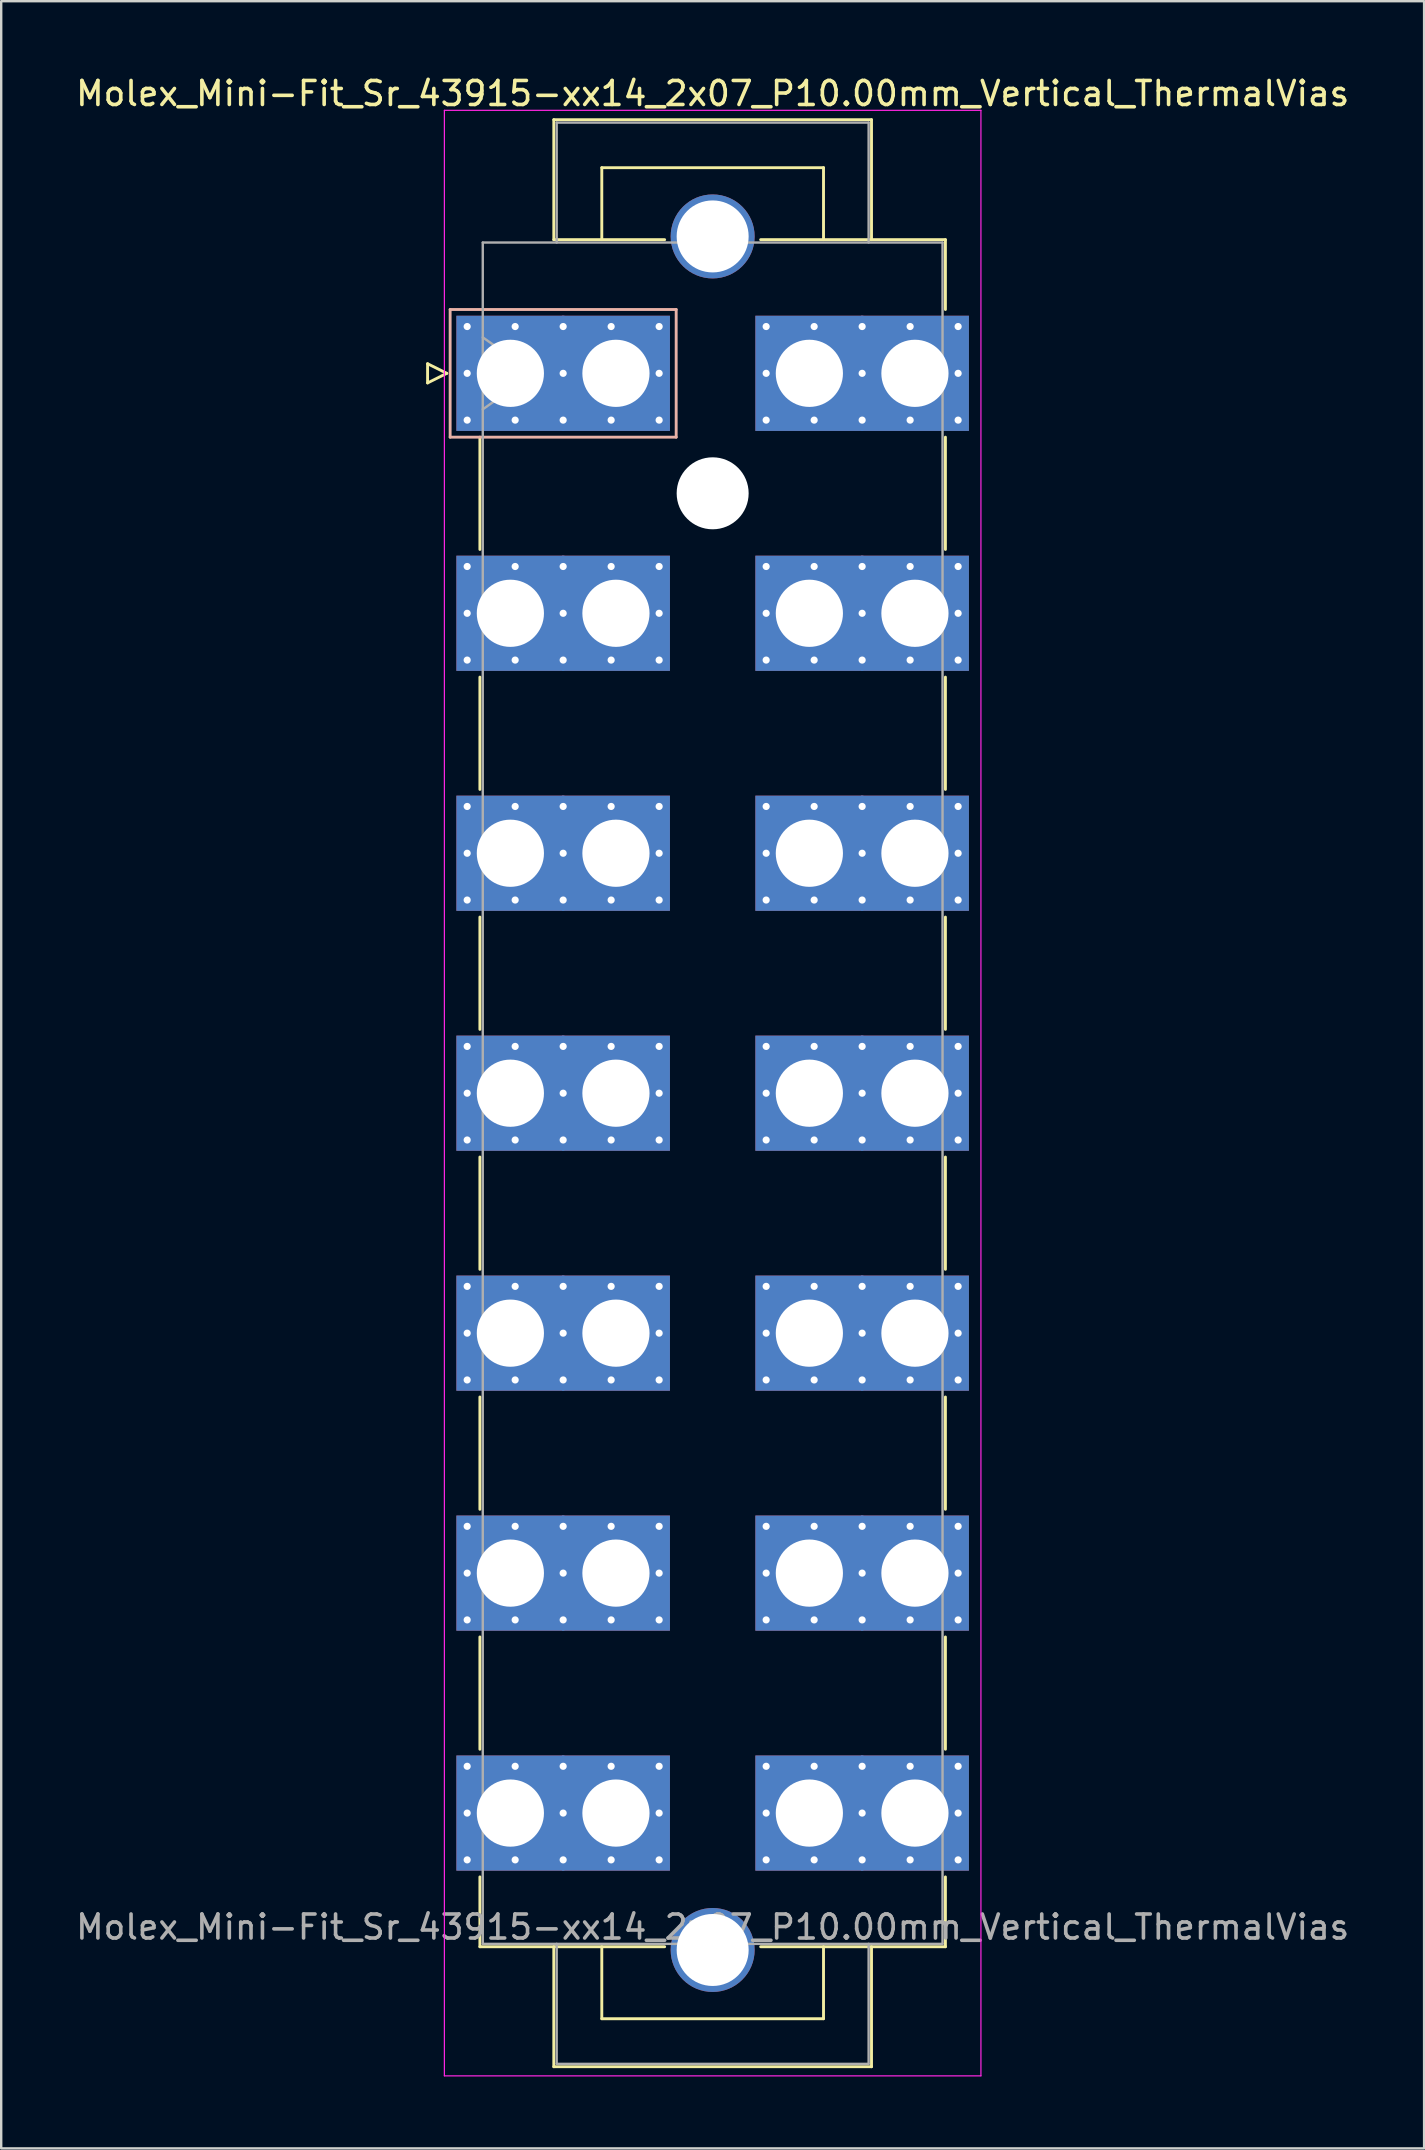
<source format=kicad_pcb>
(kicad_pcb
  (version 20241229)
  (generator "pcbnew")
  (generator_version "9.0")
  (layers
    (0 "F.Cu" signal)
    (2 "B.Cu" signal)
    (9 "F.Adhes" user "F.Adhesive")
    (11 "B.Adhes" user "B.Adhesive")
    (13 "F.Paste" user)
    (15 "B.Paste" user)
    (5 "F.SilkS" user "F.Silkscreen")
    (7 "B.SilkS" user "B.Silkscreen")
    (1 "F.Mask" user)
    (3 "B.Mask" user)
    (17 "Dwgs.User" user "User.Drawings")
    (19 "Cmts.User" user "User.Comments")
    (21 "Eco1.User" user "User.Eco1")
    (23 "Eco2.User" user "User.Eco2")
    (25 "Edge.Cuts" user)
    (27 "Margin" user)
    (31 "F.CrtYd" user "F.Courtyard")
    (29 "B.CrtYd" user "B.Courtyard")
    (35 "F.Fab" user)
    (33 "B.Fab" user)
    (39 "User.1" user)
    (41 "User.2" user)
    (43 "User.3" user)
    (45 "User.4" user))
  (footprint "Molex_Mini-Fit_Sr_43915-xx14_2x07_P10.00mm_Vertical_ThermalVias"
    (layer "F.Cu")
    (at 18.219 12.508)
    (property "Reference" "Molex_Mini-Fit_Sr_43915-xx14_2x07_P10.00mm_Vertical_ThermalVias" (at 8.43 -11.66 0) (layer "F.SilkS") (effects (font (size 1 1) (thickness 0.15))))
    (attr through_hole)
    (fp_line (start -3.45 -0.4) (end -3.45 0.4) (stroke (width 0.12) (type solid)) (layer "F.SilkS"))
    (fp_line (start -3.45 0.4) (end -2.65 0) (stroke (width 0.12) (type solid)) (layer "F.SilkS"))
    (fp_line (start -2.65 0) (end -3.45 -0.4) (stroke (width 0.12) (type solid)) (layer "F.SilkS"))
    (fp_line (start -1.27 2.66) (end -1.27 7.34) (stroke (width 0.12) (type solid)) (layer "F.SilkS"))
    (fp_line (start -1.27 12.66) (end -1.27 17.34) (stroke (width 0.12) (type solid)) (layer "F.SilkS"))
    (fp_line (start -1.27 22.66) (end -1.27 27.34) (stroke (width 0.12) (type solid)) (layer "F.SilkS"))
    (fp_line (start -1.27 32.66) (end -1.27 37.34) (stroke (width 0.12) (type solid)) (layer "F.SilkS"))
    (fp_line (start -1.27 42.66) (end -1.27 47.34) (stroke (width 0.12) (type solid)) (layer "F.SilkS"))
    (fp_line (start -1.27 52.66) (end -1.27 57.34) (stroke (width 0.12) (type solid)) (layer "F.SilkS"))
    (fp_line (start -1.27 62.66) (end -1.27 65.57) (stroke (width 0.12) (type solid)) (layer "F.SilkS"))
    (fp_line (start -1.27 65.57) (end 6.43 65.57) (stroke (width 0.12) (type solid)) (layer "F.SilkS"))
    (fp_line (start 1.81 -10.57) (end 15.05 -10.57) (stroke (width 0.12) (type solid)) (layer "F.SilkS"))
    (fp_line (start 1.81 -5.57) (end 1.81 -10.57) (stroke (width 0.12) (type solid)) (layer "F.SilkS"))
    (fp_line (start 1.81 65.57) (end 1.81 70.57) (stroke (width 0.12) (type solid)) (layer "F.SilkS"))
    (fp_line (start 1.81 70.57) (end 15.05 70.57) (stroke (width 0.12) (type solid)) (layer "F.SilkS"))
    (fp_line (start 3.81 -8.57) (end 13.05 -8.57) (stroke (width 0.12) (type solid)) (layer "F.SilkS"))
    (fp_line (start 3.81 -5.57) (end 3.81 -8.57) (stroke (width 0.12) (type solid)) (layer "F.SilkS"))
    (fp_line (start 3.81 65.57) (end 3.81 68.57) (stroke (width 0.12) (type solid)) (layer "F.SilkS"))
    (fp_line (start 3.81 68.57) (end 13.05 68.57) (stroke (width 0.12) (type solid)) (layer "F.SilkS"))
    (fp_line (start 6.43 -5.57) (end 1.81 -5.57) (stroke (width 0.12) (type solid)) (layer "F.SilkS"))
    (fp_line (start 13.05 -8.57) (end 13.05 -5.57) (stroke (width 0.12) (type solid)) (layer "F.SilkS"))
    (fp_line (start 13.05 68.57) (end 13.05 65.57) (stroke (width 0.12) (type solid)) (layer "F.SilkS"))
    (fp_line (start 15.05 -10.57) (end 15.05 -5.57) (stroke (width 0.12) (type solid)) (layer "F.SilkS"))
    (fp_line (start 15.05 70.57) (end 15.05 65.57) (stroke (width 0.12) (type solid)) (layer "F.SilkS"))
    (fp_line (start 18.13 -5.57) (end 10.43 -5.57) (stroke (width 0.12) (type solid)) (layer "F.SilkS"))
    (fp_line (start 18.13 -2.66) (end 18.13 -5.57) (stroke (width 0.12) (type solid)) (layer "F.SilkS"))
    (fp_line (start 18.13 2.66) (end 18.13 7.34) (stroke (width 0.12) (type solid)) (layer "F.SilkS"))
    (fp_line (start 18.13 12.66) (end 18.13 17.34) (stroke (width 0.12) (type solid)) (layer "F.SilkS"))
    (fp_line (start 18.13 22.66) (end 18.13 27.34) (stroke (width 0.12) (type solid)) (layer "F.SilkS"))
    (fp_line (start 18.13 32.66) (end 18.13 37.34) (stroke (width 0.12) (type solid)) (layer "F.SilkS"))
    (fp_line (start 18.13 42.66) (end 18.13 47.34) (stroke (width 0.12) (type solid)) (layer "F.SilkS"))
    (fp_line (start 18.13 52.66) (end 18.13 57.34) (stroke (width 0.12) (type solid)) (layer "F.SilkS"))
    (fp_line (start 18.13 62.66) (end 18.13 65.57) (stroke (width 0.12) (type solid)) (layer "F.SilkS"))
    (fp_line (start 18.13 65.57) (end 10.43 65.57) (stroke (width 0.12) (type solid)) (layer "F.SilkS"))
    (fp_line (start -2.51 -2.66) (end -2.51 2.66) (stroke (width 0.12) (type solid)) (layer "B.SilkS"))
    (fp_line (start -2.51 2.66) (end 6.91 2.66) (stroke (width 0.12) (type solid)) (layer "B.SilkS"))
    (fp_line (start 6.91 -2.66) (end -2.51 -2.66) (stroke (width 0.12) (type solid)) (layer "B.SilkS"))
    (fp_line (start 6.91 2.66) (end 6.91 -2.66) (stroke (width 0.12) (type solid)) (layer "B.SilkS"))
    (fp_line (start -2.75 -10.96) (end -2.75 70.95) (stroke (width 0.05) (type solid)) (layer "F.CrtYd"))
    (fp_line (start -2.75 70.95) (end 19.61 70.95) (stroke (width 0.05) (type solid)) (layer "F.CrtYd"))
    (fp_line (start 19.61 -10.96) (end -2.75 -10.96) (stroke (width 0.05) (type solid)) (layer "F.CrtYd"))
    (fp_line (start 19.61 70.95) (end 19.61 -10.96) (stroke (width 0.05) (type solid)) (layer "F.CrtYd"))
    (fp_line (start -1.15 -5.45) (end -1.15 65.45) (stroke (width 0.1) (type solid)) (layer "F.Fab"))
    (fp_line (start -1.15 -1.5) (end 0.971 0) (stroke (width 0.1) (type solid)) (layer "F.Fab"))
    (fp_line (start -1.15 65.45) (end 18.01 65.45) (stroke (width 0.1) (type solid)) (layer "F.Fab"))
    (fp_line (start 0.971 0) (end -1.15 1.5) (stroke (width 0.1) (type solid)) (layer "F.Fab"))
    (fp_line (start 1.93 -10.45) (end 14.93 -10.45) (stroke (width 0.1) (type solid)) (layer "F.Fab"))
    (fp_line (start 1.93 -5.45) (end 1.93 -10.45) (stroke (width 0.1) (type solid)) (layer "F.Fab"))
    (fp_line (start 1.93 65.45) (end 1.93 70.45) (stroke (width 0.1) (type solid)) (layer "F.Fab"))
    (fp_line (start 1.93 70.45) (end 14.93 70.45) (stroke (width 0.1) (type solid)) (layer "F.Fab"))
    (fp_line (start 14.93 -10.45) (end 14.93 -5.45) (stroke (width 0.1) (type solid)) (layer "F.Fab"))
    (fp_line (start 14.93 70.45) (end 14.93 65.45) (stroke (width 0.1) (type solid)) (layer "F.Fab"))
    (fp_line (start 18.01 -5.45) (end -1.15 -5.45) (stroke (width 0.1) (type solid)) (layer "F.Fab"))
    (fp_line (start 18.01 65.45) (end 18.01 -5.45) (stroke (width 0.1) (type solid)) (layer "F.Fab"))
    (fp_text user "${REFERENCE}" (at 8.43 64.75 0) (layer "F.Fab") (effects (font (size 1 1) (thickness 0.15))))
    (pad "" thru_hole circle (at 8.43 -5.705) (size 3.5 3.5) (drill 3) (layers "*.Cu" "*.Mask"))
    (pad "" np_thru_hole circle (at 8.43 5) (size 3 3) (drill 3) (layers "*.Cu" "*.Mask"))
    (pad "" thru_hole circle (at 8.43 65.705) (size 3.5 3.5) (drill 3) (layers "*.Cu" "*.Mask"))
    (pad "1" thru_hole roundrect (at -1.8 -1.95) (size 0.6 0.6) (drill 0.3) (layers "*.Cu" "*.Mask") (roundrect_rratio 0.25))
    (pad "1" thru_hole roundrect (at -1.8 0) (size 0.6 0.6) (drill 0.3) (layers "*.Cu" "*.Mask") (roundrect_rratio 0.25))
    (pad "1" thru_hole roundrect (at -1.8 1.95) (size 0.6 0.6) (drill 0.3) (layers "*.Cu" "*.Mask") (roundrect_rratio 0.25))
    (pad "1" thru_hole rect (at 0 0) (size 4.5 4.8) (drill 2.8) (layers "*.Cu" "*.Mask"))
    (pad "1" thru_hole roundrect (at 0.2 -1.95) (size 0.6 0.6) (drill 0.3) (layers "*.Cu" "*.Mask") (roundrect_rratio 0.25))
    (pad "1" thru_hole roundrect (at 0.2 1.95) (size 0.6 0.6) (drill 0.3) (layers "*.Cu" "*.Mask") (roundrect_rratio 0.25))
    (pad "1" thru_hole roundrect (at 2.2 -1.95) (size 0.6 0.6) (drill 0.3) (layers "*.Cu" "*.Mask") (roundrect_rratio 0.25))
    (pad "1" thru_hole roundrect (at 2.2 0) (size 0.6 0.6) (drill 0.3) (layers "*.Cu" "*.Mask") (roundrect_rratio 0.25))
    (pad "1" thru_hole roundrect (at 2.2 1.95) (size 0.6 0.6) (drill 0.3) (layers "*.Cu" "*.Mask") (roundrect_rratio 0.25))
    (pad "1" thru_hole roundrect (at 4.2 -1.95) (size 0.6 0.6) (drill 0.3) (layers "*.Cu" "*.Mask") (roundrect_rratio 0.25))
    (pad "1" thru_hole roundrect (at 4.2 1.95) (size 0.6 0.6) (drill 0.3) (layers "*.Cu" "*.Mask") (roundrect_rratio 0.25))
    (pad "1" thru_hole rect (at 4.4 0) (size 4.5 4.8) (drill 2.8) (layers "*.Cu" "*.Mask"))
    (pad "1" thru_hole roundrect (at 6.2 -1.95) (size 0.6 0.6) (drill 0.3) (layers "*.Cu" "*.Mask") (roundrect_rratio 0.25))
    (pad "1" thru_hole roundrect (at 6.2 0) (size 0.6 0.6) (drill 0.3) (layers "*.Cu" "*.Mask") (roundrect_rratio 0.25))
    (pad "1" thru_hole roundrect (at 6.2 1.95) (size 0.6 0.6) (drill 0.3) (layers "*.Cu" "*.Mask") (roundrect_rratio 0.25))
    (pad "2" thru_hole circle (at -1.8 8.05) (size 0.6 0.6) (drill 0.3) (layers "*.Cu" "*.Mask"))
    (pad "2" thru_hole circle (at -1.8 10) (size 0.6 0.6) (drill 0.3) (layers "*.Cu" "*.Mask"))
    (pad "2" thru_hole circle (at -1.8 11.95) (size 0.6 0.6) (drill 0.3) (layers "*.Cu" "*.Mask"))
    (pad "2" thru_hole rect (at 0 10) (size 4.5 4.8) (drill 2.8) (layers "*.Cu" "*.Mask"))
    (pad "2" thru_hole circle (at 0.2 8.05) (size 0.6 0.6) (drill 0.3) (layers "*.Cu" "*.Mask"))
    (pad "2" thru_hole circle (at 0.2 11.95) (size 0.6 0.6) (drill 0.3) (layers "*.Cu" "*.Mask"))
    (pad "2" thru_hole circle (at 2.2 8.05) (size 0.6 0.6) (drill 0.3) (layers "*.Cu" "*.Mask"))
    (pad "2" thru_hole circle (at 2.2 10) (size 0.6 0.6) (drill 0.3) (layers "*.Cu" "*.Mask"))
    (pad "2" thru_hole circle (at 2.2 11.95) (size 0.6 0.6) (drill 0.3) (layers "*.Cu" "*.Mask"))
    (pad "2" thru_hole circle (at 4.2 8.05) (size 0.6 0.6) (drill 0.3) (layers "*.Cu" "*.Mask"))
    (pad "2" thru_hole circle (at 4.2 11.95) (size 0.6 0.6) (drill 0.3) (layers "*.Cu" "*.Mask"))
    (pad "2" thru_hole rect (at 4.4 10) (size 4.5 4.8) (drill 2.8) (layers "*.Cu" "*.Mask"))
    (pad "2" thru_hole circle (at 6.2 8.05) (size 0.6 0.6) (drill 0.3) (layers "*.Cu" "*.Mask"))
    (pad "2" thru_hole circle (at 6.2 10) (size 0.6 0.6) (drill 0.3) (layers "*.Cu" "*.Mask"))
    (pad "2" thru_hole circle (at 6.2 11.95) (size 0.6 0.6) (drill 0.3) (layers "*.Cu" "*.Mask"))
    (pad "3" thru_hole circle (at -1.8 18.05) (size 0.6 0.6) (drill 0.3) (layers "*.Cu" "*.Mask"))
    (pad "3" thru_hole circle (at -1.8 20) (size 0.6 0.6) (drill 0.3) (layers "*.Cu" "*.Mask"))
    (pad "3" thru_hole circle (at -1.8 21.95) (size 0.6 0.6) (drill 0.3) (layers "*.Cu" "*.Mask"))
    (pad "3" thru_hole rect (at 0 20) (size 4.5 4.8) (drill 2.8) (layers "*.Cu" "*.Mask"))
    (pad "3" thru_hole circle (at 0.2 18.05) (size 0.6 0.6) (drill 0.3) (layers "*.Cu" "*.Mask"))
    (pad "3" thru_hole circle (at 0.2 21.95) (size 0.6 0.6) (drill 0.3) (layers "*.Cu" "*.Mask"))
    (pad "3" thru_hole circle (at 2.2 18.05) (size 0.6 0.6) (drill 0.3) (layers "*.Cu" "*.Mask"))
    (pad "3" thru_hole circle (at 2.2 20) (size 0.6 0.6) (drill 0.3) (layers "*.Cu" "*.Mask"))
    (pad "3" thru_hole circle (at 2.2 21.95) (size 0.6 0.6) (drill 0.3) (layers "*.Cu" "*.Mask"))
    (pad "3" thru_hole circle (at 4.2 18.05) (size 0.6 0.6) (drill 0.3) (layers "*.Cu" "*.Mask"))
    (pad "3" thru_hole circle (at 4.2 21.95) (size 0.6 0.6) (drill 0.3) (layers "*.Cu" "*.Mask"))
    (pad "3" thru_hole rect (at 4.4 20) (size 4.5 4.8) (drill 2.8) (layers "*.Cu" "*.Mask"))
    (pad "3" thru_hole circle (at 6.2 18.05) (size 0.6 0.6) (drill 0.3) (layers "*.Cu" "*.Mask"))
    (pad "3" thru_hole circle (at 6.2 20) (size 0.6 0.6) (drill 0.3) (layers "*.Cu" "*.Mask"))
    (pad "3" thru_hole circle (at 6.2 21.95) (size 0.6 0.6) (drill 0.3) (layers "*.Cu" "*.Mask"))
    (pad "4" thru_hole circle (at -1.8 28.05) (size 0.6 0.6) (drill 0.3) (layers "*.Cu" "*.Mask"))
    (pad "4" thru_hole circle (at -1.8 30) (size 0.6 0.6) (drill 0.3) (layers "*.Cu" "*.Mask"))
    (pad "4" thru_hole circle (at -1.8 31.95) (size 0.6 0.6) (drill 0.3) (layers "*.Cu" "*.Mask"))
    (pad "4" thru_hole rect (at 0 30) (size 4.5 4.8) (drill 2.8) (layers "*.Cu" "*.Mask"))
    (pad "4" thru_hole circle (at 0.2 28.05) (size 0.6 0.6) (drill 0.3) (layers "*.Cu" "*.Mask"))
    (pad "4" thru_hole circle (at 0.2 31.95) (size 0.6 0.6) (drill 0.3) (layers "*.Cu" "*.Mask"))
    (pad "4" thru_hole circle (at 2.2 28.05) (size 0.6 0.6) (drill 0.3) (layers "*.Cu" "*.Mask"))
    (pad "4" thru_hole circle (at 2.2 30) (size 0.6 0.6) (drill 0.3) (layers "*.Cu" "*.Mask"))
    (pad "4" thru_hole circle (at 2.2 31.95) (size 0.6 0.6) (drill 0.3) (layers "*.Cu" "*.Mask"))
    (pad "4" thru_hole circle (at 4.2 28.05) (size 0.6 0.6) (drill 0.3) (layers "*.Cu" "*.Mask"))
    (pad "4" thru_hole circle (at 4.2 31.95) (size 0.6 0.6) (drill 0.3) (layers "*.Cu" "*.Mask"))
    (pad "4" thru_hole rect (at 4.4 30) (size 4.5 4.8) (drill 2.8) (layers "*.Cu" "*.Mask"))
    (pad "4" thru_hole circle (at 6.2 28.05) (size 0.6 0.6) (drill 0.3) (layers "*.Cu" "*.Mask"))
    (pad "4" thru_hole circle (at 6.2 30) (size 0.6 0.6) (drill 0.3) (layers "*.Cu" "*.Mask"))
    (pad "4" thru_hole circle (at 6.2 31.95) (size 0.6 0.6) (drill 0.3) (layers "*.Cu" "*.Mask"))
    (pad "5" thru_hole circle (at -1.8 38.05) (size 0.6 0.6) (drill 0.3) (layers "*.Cu" "*.Mask"))
    (pad "5" thru_hole circle (at -1.8 40) (size 0.6 0.6) (drill 0.3) (layers "*.Cu" "*.Mask"))
    (pad "5" thru_hole circle (at -1.8 41.95) (size 0.6 0.6) (drill 0.3) (layers "*.Cu" "*.Mask"))
    (pad "5" thru_hole rect (at 0 40) (size 4.5 4.8) (drill 2.8) (layers "*.Cu" "*.Mask"))
    (pad "5" thru_hole circle (at 0.2 38.05) (size 0.6 0.6) (drill 0.3) (layers "*.Cu" "*.Mask"))
    (pad "5" thru_hole circle (at 0.2 41.95) (size 0.6 0.6) (drill 0.3) (layers "*.Cu" "*.Mask"))
    (pad "5" thru_hole circle (at 2.2 38.05) (size 0.6 0.6) (drill 0.3) (layers "*.Cu" "*.Mask"))
    (pad "5" thru_hole circle (at 2.2 40) (size 0.6 0.6) (drill 0.3) (layers "*.Cu" "*.Mask"))
    (pad "5" thru_hole circle (at 2.2 41.95) (size 0.6 0.6) (drill 0.3) (layers "*.Cu" "*.Mask"))
    (pad "5" thru_hole circle (at 4.2 38.05) (size 0.6 0.6) (drill 0.3) (layers "*.Cu" "*.Mask"))
    (pad "5" thru_hole circle (at 4.2 41.95) (size 0.6 0.6) (drill 0.3) (layers "*.Cu" "*.Mask"))
    (pad "5" thru_hole rect (at 4.4 40) (size 4.5 4.8) (drill 2.8) (layers "*.Cu" "*.Mask"))
    (pad "5" thru_hole circle (at 6.2 38.05) (size 0.6 0.6) (drill 0.3) (layers "*.Cu" "*.Mask"))
    (pad "5" thru_hole circle (at 6.2 40) (size 0.6 0.6) (drill 0.3) (layers "*.Cu" "*.Mask"))
    (pad "5" thru_hole circle (at 6.2 41.95) (size 0.6 0.6) (drill 0.3) (layers "*.Cu" "*.Mask"))
    (pad "6" thru_hole circle (at -1.8 48.05) (size 0.6 0.6) (drill 0.3) (layers "*.Cu" "*.Mask"))
    (pad "6" thru_hole circle (at -1.8 50) (size 0.6 0.6) (drill 0.3) (layers "*.Cu" "*.Mask"))
    (pad "6" thru_hole circle (at -1.8 51.95) (size 0.6 0.6) (drill 0.3) (layers "*.Cu" "*.Mask"))
    (pad "6" thru_hole rect (at 0 50) (size 4.5 4.8) (drill 2.8) (layers "*.Cu" "*.Mask"))
    (pad "6" thru_hole circle (at 0.2 48.05) (size 0.6 0.6) (drill 0.3) (layers "*.Cu" "*.Mask"))
    (pad "6" thru_hole circle (at 0.2 51.95) (size 0.6 0.6) (drill 0.3) (layers "*.Cu" "*.Mask"))
    (pad "6" thru_hole circle (at 2.2 48.05) (size 0.6 0.6) (drill 0.3) (layers "*.Cu" "*.Mask"))
    (pad "6" thru_hole circle (at 2.2 50) (size 0.6 0.6) (drill 0.3) (layers "*.Cu" "*.Mask"))
    (pad "6" thru_hole circle (at 2.2 51.95) (size 0.6 0.6) (drill 0.3) (layers "*.Cu" "*.Mask"))
    (pad "6" thru_hole circle (at 4.2 48.05) (size 0.6 0.6) (drill 0.3) (layers "*.Cu" "*.Mask"))
    (pad "6" thru_hole circle (at 4.2 51.95) (size 0.6 0.6) (drill 0.3) (layers "*.Cu" "*.Mask"))
    (pad "6" thru_hole rect (at 4.4 50) (size 4.5 4.8) (drill 2.8) (layers "*.Cu" "*.Mask"))
    (pad "6" thru_hole circle (at 6.2 48.05) (size 0.6 0.6) (drill 0.3) (layers "*.Cu" "*.Mask"))
    (pad "6" thru_hole circle (at 6.2 50) (size 0.6 0.6) (drill 0.3) (layers "*.Cu" "*.Mask"))
    (pad "6" thru_hole circle (at 6.2 51.95) (size 0.6 0.6) (drill 0.3) (layers "*.Cu" "*.Mask"))
    (pad "7" thru_hole circle (at -1.8 58.05) (size 0.6 0.6) (drill 0.3) (layers "*.Cu" "*.Mask"))
    (pad "7" thru_hole circle (at -1.8 60) (size 0.6 0.6) (drill 0.3) (layers "*.Cu" "*.Mask"))
    (pad "7" thru_hole circle (at -1.8 61.95) (size 0.6 0.6) (drill 0.3) (layers "*.Cu" "*.Mask"))
    (pad "7" thru_hole rect (at 0 60) (size 4.5 4.8) (drill 2.8) (layers "*.Cu" "*.Mask"))
    (pad "7" thru_hole circle (at 0.2 58.05) (size 0.6 0.6) (drill 0.3) (layers "*.Cu" "*.Mask"))
    (pad "7" thru_hole circle (at 0.2 61.95) (size 0.6 0.6) (drill 0.3) (layers "*.Cu" "*.Mask"))
    (pad "7" thru_hole circle (at 2.2 58.05) (size 0.6 0.6) (drill 0.3) (layers "*.Cu" "*.Mask"))
    (pad "7" thru_hole circle (at 2.2 60) (size 0.6 0.6) (drill 0.3) (layers "*.Cu" "*.Mask"))
    (pad "7" thru_hole circle (at 2.2 61.95) (size 0.6 0.6) (drill 0.3) (layers "*.Cu" "*.Mask"))
    (pad "7" thru_hole circle (at 4.2 58.05) (size 0.6 0.6) (drill 0.3) (layers "*.Cu" "*.Mask"))
    (pad "7" thru_hole circle (at 4.2 61.95) (size 0.6 0.6) (drill 0.3) (layers "*.Cu" "*.Mask"))
    (pad "7" thru_hole rect (at 4.4 60) (size 4.5 4.8) (drill 2.8) (layers "*.Cu" "*.Mask"))
    (pad "7" thru_hole circle (at 6.2 58.05) (size 0.6 0.6) (drill 0.3) (layers "*.Cu" "*.Mask"))
    (pad "7" thru_hole circle (at 6.2 60) (size 0.6 0.6) (drill 0.3) (layers "*.Cu" "*.Mask"))
    (pad "7" thru_hole circle (at 6.2 61.95) (size 0.6 0.6) (drill 0.3) (layers "*.Cu" "*.Mask"))
    (pad "8" thru_hole circle (at 10.66 -1.95) (size 0.6 0.6) (drill 0.3) (layers "*.Cu" "*.Mask"))
    (pad "8" thru_hole circle (at 10.66 0) (size 0.6 0.6) (drill 0.3) (layers "*.Cu" "*.Mask"))
    (pad "8" thru_hole circle (at 10.66 1.95) (size 0.6 0.6) (drill 0.3) (layers "*.Cu" "*.Mask"))
    (pad "8" thru_hole rect (at 12.46 0) (size 4.5 4.8) (drill 2.8) (layers "*.Cu" "*.Mask"))
    (pad "8" thru_hole circle (at 12.66 -1.95) (size 0.6 0.6) (drill 0.3) (layers "*.Cu" "*.Mask"))
    (pad "8" thru_hole circle (at 12.66 1.95) (size 0.6 0.6) (drill 0.3) (layers "*.Cu" "*.Mask"))
    (pad "8" thru_hole circle (at 14.66 -1.95) (size 0.6 0.6) (drill 0.3) (layers "*.Cu" "*.Mask"))
    (pad "8" thru_hole circle (at 14.66 0) (size 0.6 0.6) (drill 0.3) (layers "*.Cu" "*.Mask"))
    (pad "8" thru_hole circle (at 14.66 1.95) (size 0.6 0.6) (drill 0.3) (layers "*.Cu" "*.Mask"))
    (pad "8" thru_hole circle (at 16.66 -1.95) (size 0.6 0.6) (drill 0.3) (layers "*.Cu" "*.Mask"))
    (pad "8" thru_hole circle (at 16.66 1.95) (size 0.6 0.6) (drill 0.3) (layers "*.Cu" "*.Mask"))
    (pad "8" thru_hole rect (at 16.86 0) (size 4.5 4.8) (drill 2.8) (layers "*.Cu" "*.Mask"))
    (pad "8" thru_hole circle (at 18.66 -1.95) (size 0.6 0.6) (drill 0.3) (layers "*.Cu" "*.Mask"))
    (pad "8" thru_hole circle (at 18.66 0) (size 0.6 0.6) (drill 0.3) (layers "*.Cu" "*.Mask"))
    (pad "8" thru_hole circle (at 18.66 1.95) (size 0.6 0.6) (drill 0.3) (layers "*.Cu" "*.Mask"))
    (pad "9" thru_hole circle (at 10.66 8.05) (size 0.6 0.6) (drill 0.3) (layers "*.Cu" "*.Mask"))
    (pad "9" thru_hole circle (at 10.66 10) (size 0.6 0.6) (drill 0.3) (layers "*.Cu" "*.Mask"))
    (pad "9" thru_hole circle (at 10.66 11.95) (size 0.6 0.6) (drill 0.3) (layers "*.Cu" "*.Mask"))
    (pad "9" thru_hole rect (at 12.46 10) (size 4.5 4.8) (drill 2.8) (layers "*.Cu" "*.Mask"))
    (pad "9" thru_hole circle (at 12.66 8.05) (size 0.6 0.6) (drill 0.3) (layers "*.Cu" "*.Mask"))
    (pad "9" thru_hole circle (at 12.66 11.95) (size 0.6 0.6) (drill 0.3) (layers "*.Cu" "*.Mask"))
    (pad "9" thru_hole circle (at 14.66 8.05) (size 0.6 0.6) (drill 0.3) (layers "*.Cu" "*.Mask"))
    (pad "9" thru_hole circle (at 14.66 10) (size 0.6 0.6) (drill 0.3) (layers "*.Cu" "*.Mask"))
    (pad "9" thru_hole circle (at 14.66 11.95) (size 0.6 0.6) (drill 0.3) (layers "*.Cu" "*.Mask"))
    (pad "9" thru_hole circle (at 16.66 8.05) (size 0.6 0.6) (drill 0.3) (layers "*.Cu" "*.Mask"))
    (pad "9" thru_hole circle (at 16.66 11.95) (size 0.6 0.6) (drill 0.3) (layers "*.Cu" "*.Mask"))
    (pad "9" thru_hole rect (at 16.86 10) (size 4.5 4.8) (drill 2.8) (layers "*.Cu" "*.Mask"))
    (pad "9" thru_hole circle (at 18.66 8.05) (size 0.6 0.6) (drill 0.3) (layers "*.Cu" "*.Mask"))
    (pad "9" thru_hole circle (at 18.66 10) (size 0.6 0.6) (drill 0.3) (layers "*.Cu" "*.Mask"))
    (pad "9" thru_hole circle (at 18.66 11.95) (size 0.6 0.6) (drill 0.3) (layers "*.Cu" "*.Mask"))
    (pad "10" thru_hole circle (at 10.66 18.05) (size 0.6 0.6) (drill 0.3) (layers "*.Cu" "*.Mask"))
    (pad "10" thru_hole circle (at 10.66 20) (size 0.6 0.6) (drill 0.3) (layers "*.Cu" "*.Mask"))
    (pad "10" thru_hole circle (at 10.66 21.95) (size 0.6 0.6) (drill 0.3) (layers "*.Cu" "*.Mask"))
    (pad "10" thru_hole rect (at 12.46 20) (size 4.5 4.8) (drill 2.8) (layers "*.Cu" "*.Mask"))
    (pad "10" thru_hole circle (at 12.66 18.05) (size 0.6 0.6) (drill 0.3) (layers "*.Cu" "*.Mask"))
    (pad "10" thru_hole circle (at 12.66 21.95) (size 0.6 0.6) (drill 0.3) (layers "*.Cu" "*.Mask"))
    (pad "10" thru_hole circle (at 14.66 18.05) (size 0.6 0.6) (drill 0.3) (layers "*.Cu" "*.Mask"))
    (pad "10" thru_hole circle (at 14.66 20) (size 0.6 0.6) (drill 0.3) (layers "*.Cu" "*.Mask"))
    (pad "10" thru_hole circle (at 14.66 21.95) (size 0.6 0.6) (drill 0.3) (layers "*.Cu" "*.Mask"))
    (pad "10" thru_hole circle (at 16.66 18.05) (size 0.6 0.6) (drill 0.3) (layers "*.Cu" "*.Mask"))
    (pad "10" thru_hole circle (at 16.66 21.95) (size 0.6 0.6) (drill 0.3) (layers "*.Cu" "*.Mask"))
    (pad "10" thru_hole rect (at 16.86 20) (size 4.5 4.8) (drill 2.8) (layers "*.Cu" "*.Mask"))
    (pad "10" thru_hole circle (at 18.66 18.05) (size 0.6 0.6) (drill 0.3) (layers "*.Cu" "*.Mask"))
    (pad "10" thru_hole circle (at 18.66 20) (size 0.6 0.6) (drill 0.3) (layers "*.Cu" "*.Mask"))
    (pad "10" thru_hole circle (at 18.66 21.95) (size 0.6 0.6) (drill 0.3) (layers "*.Cu" "*.Mask"))
    (pad "11" thru_hole circle (at 10.66 28.05) (size 0.6 0.6) (drill 0.3) (layers "*.Cu" "*.Mask"))
    (pad "11" thru_hole circle (at 10.66 30) (size 0.6 0.6) (drill 0.3) (layers "*.Cu" "*.Mask"))
    (pad "11" thru_hole circle (at 10.66 31.95) (size 0.6 0.6) (drill 0.3) (layers "*.Cu" "*.Mask"))
    (pad "11" thru_hole rect (at 12.46 30) (size 4.5 4.8) (drill 2.8) (layers "*.Cu" "*.Mask"))
    (pad "11" thru_hole circle (at 12.66 28.05) (size 0.6 0.6) (drill 0.3) (layers "*.Cu" "*.Mask"))
    (pad "11" thru_hole circle (at 12.66 31.95) (size 0.6 0.6) (drill 0.3) (layers "*.Cu" "*.Mask"))
    (pad "11" thru_hole circle (at 14.66 28.05) (size 0.6 0.6) (drill 0.3) (layers "*.Cu" "*.Mask"))
    (pad "11" thru_hole circle (at 14.66 30) (size 0.6 0.6) (drill 0.3) (layers "*.Cu" "*.Mask"))
    (pad "11" thru_hole circle (at 14.66 31.95) (size 0.6 0.6) (drill 0.3) (layers "*.Cu" "*.Mask"))
    (pad "11" thru_hole circle (at 16.66 28.05) (size 0.6 0.6) (drill 0.3) (layers "*.Cu" "*.Mask"))
    (pad "11" thru_hole circle (at 16.66 31.95) (size 0.6 0.6) (drill 0.3) (layers "*.Cu" "*.Mask"))
    (pad "11" thru_hole rect (at 16.86 30) (size 4.5 4.8) (drill 2.8) (layers "*.Cu" "*.Mask"))
    (pad "11" thru_hole circle (at 18.66 28.05) (size 0.6 0.6) (drill 0.3) (layers "*.Cu" "*.Mask"))
    (pad "11" thru_hole circle (at 18.66 30) (size 0.6 0.6) (drill 0.3) (layers "*.Cu" "*.Mask"))
    (pad "11" thru_hole circle (at 18.66 31.95) (size 0.6 0.6) (drill 0.3) (layers "*.Cu" "*.Mask"))
    (pad "12" thru_hole circle (at 10.66 38.05) (size 0.6 0.6) (drill 0.3) (layers "*.Cu" "*.Mask"))
    (pad "12" thru_hole circle (at 10.66 40) (size 0.6 0.6) (drill 0.3) (layers "*.Cu" "*.Mask"))
    (pad "12" thru_hole circle (at 10.66 41.95) (size 0.6 0.6) (drill 0.3) (layers "*.Cu" "*.Mask"))
    (pad "12" thru_hole rect (at 12.46 40) (size 4.5 4.8) (drill 2.8) (layers "*.Cu" "*.Mask"))
    (pad "12" thru_hole circle (at 12.66 38.05) (size 0.6 0.6) (drill 0.3) (layers "*.Cu" "*.Mask"))
    (pad "12" thru_hole circle (at 12.66 41.95) (size 0.6 0.6) (drill 0.3) (layers "*.Cu" "*.Mask"))
    (pad "12" thru_hole circle (at 14.66 38.05) (size 0.6 0.6) (drill 0.3) (layers "*.Cu" "*.Mask"))
    (pad "12" thru_hole circle (at 14.66 40) (size 0.6 0.6) (drill 0.3) (layers "*.Cu" "*.Mask"))
    (pad "12" thru_hole circle (at 14.66 41.95) (size 0.6 0.6) (drill 0.3) (layers "*.Cu" "*.Mask"))
    (pad "12" thru_hole circle (at 16.66 38.05) (size 0.6 0.6) (drill 0.3) (layers "*.Cu" "*.Mask"))
    (pad "12" thru_hole circle (at 16.66 41.95) (size 0.6 0.6) (drill 0.3) (layers "*.Cu" "*.Mask"))
    (pad "12" thru_hole rect (at 16.86 40) (size 4.5 4.8) (drill 2.8) (layers "*.Cu" "*.Mask"))
    (pad "12" thru_hole circle (at 18.66 38.05) (size 0.6 0.6) (drill 0.3) (layers "*.Cu" "*.Mask"))
    (pad "12" thru_hole circle (at 18.66 40) (size 0.6 0.6) (drill 0.3) (layers "*.Cu" "*.Mask"))
    (pad "12" thru_hole circle (at 18.66 41.95) (size 0.6 0.6) (drill 0.3) (layers "*.Cu" "*.Mask"))
    (pad "13" thru_hole circle (at 10.66 48.05) (size 0.6 0.6) (drill 0.3) (layers "*.Cu" "*.Mask"))
    (pad "13" thru_hole circle (at 10.66 50) (size 0.6 0.6) (drill 0.3) (layers "*.Cu" "*.Mask"))
    (pad "13" thru_hole circle (at 10.66 51.95) (size 0.6 0.6) (drill 0.3) (layers "*.Cu" "*.Mask"))
    (pad "13" thru_hole rect (at 12.46 50) (size 4.5 4.8) (drill 2.8) (layers "*.Cu" "*.Mask"))
    (pad "13" thru_hole circle (at 12.66 48.05) (size 0.6 0.6) (drill 0.3) (layers "*.Cu" "*.Mask"))
    (pad "13" thru_hole circle (at 12.66 51.95) (size 0.6 0.6) (drill 0.3) (layers "*.Cu" "*.Mask"))
    (pad "13" thru_hole circle (at 14.66 48.05) (size 0.6 0.6) (drill 0.3) (layers "*.Cu" "*.Mask"))
    (pad "13" thru_hole circle (at 14.66 50) (size 0.6 0.6) (drill 0.3) (layers "*.Cu" "*.Mask"))
    (pad "13" thru_hole circle (at 14.66 51.95) (size 0.6 0.6) (drill 0.3) (layers "*.Cu" "*.Mask"))
    (pad "13" thru_hole circle (at 16.66 48.05) (size 0.6 0.6) (drill 0.3) (layers "*.Cu" "*.Mask"))
    (pad "13" thru_hole circle (at 16.66 51.95) (size 0.6 0.6) (drill 0.3) (layers "*.Cu" "*.Mask"))
    (pad "13" thru_hole rect (at 16.86 50) (size 4.5 4.8) (drill 2.8) (layers "*.Cu" "*.Mask"))
    (pad "13" thru_hole circle (at 18.66 48.05) (size 0.6 0.6) (drill 0.3) (layers "*.Cu" "*.Mask"))
    (pad "13" thru_hole circle (at 18.66 50) (size 0.6 0.6) (drill 0.3) (layers "*.Cu" "*.Mask"))
    (pad "13" thru_hole circle (at 18.66 51.95) (size 0.6 0.6) (drill 0.3) (layers "*.Cu" "*.Mask"))
    (pad "14" thru_hole circle (at 10.66 58.05) (size 0.6 0.6) (drill 0.3) (layers "*.Cu" "*.Mask"))
    (pad "14" thru_hole circle (at 10.66 60) (size 0.6 0.6) (drill 0.3) (layers "*.Cu" "*.Mask"))
    (pad "14" thru_hole circle (at 10.66 61.95) (size 0.6 0.6) (drill 0.3) (layers "*.Cu" "*.Mask"))
    (pad "14" thru_hole rect (at 12.46 60) (size 4.5 4.8) (drill 2.8) (layers "*.Cu" "*.Mask"))
    (pad "14" thru_hole circle (at 12.66 58.05) (size 0.6 0.6) (drill 0.3) (layers "*.Cu" "*.Mask"))
    (pad "14" thru_hole circle (at 12.66 61.95) (size 0.6 0.6) (drill 0.3) (layers "*.Cu" "*.Mask"))
    (pad "14" thru_hole circle (at 14.66 58.05) (size 0.6 0.6) (drill 0.3) (layers "*.Cu" "*.Mask"))
    (pad "14" thru_hole circle (at 14.66 60) (size 0.6 0.6) (drill 0.3) (layers "*.Cu" "*.Mask"))
    (pad "14" thru_hole circle (at 14.66 61.95) (size 0.6 0.6) (drill 0.3) (layers "*.Cu" "*.Mask"))
    (pad "14" thru_hole circle (at 16.66 58.05) (size 0.6 0.6) (drill 0.3) (layers "*.Cu" "*.Mask"))
    (pad "14" thru_hole circle (at 16.66 61.95) (size 0.6 0.6) (drill 0.3) (layers "*.Cu" "*.Mask"))
    (pad "14" thru_hole rect (at 16.86 60) (size 4.5 4.8) (drill 2.8) (layers "*.Cu" "*.Mask"))
    (pad "14" thru_hole circle (at 18.66 58.05) (size 0.6 0.6) (drill 0.3) (layers "*.Cu" "*.Mask"))
    (pad "14" thru_hole circle (at 18.66 60) (size 0.6 0.6) (drill 0.3) (layers "*.Cu" "*.Mask"))
    (pad "14" thru_hole circle (at 18.66 61.95) (size 0.6 0.6) (drill 0.3) (layers "*.Cu" "*.Mask")))
  (gr_rect
    (start -3 -3)
    (end 56.298 86.483)
    (stroke (width 0.1) (type default))
    (fill no)
    (layer "Edge.Cuts")))
</source>
